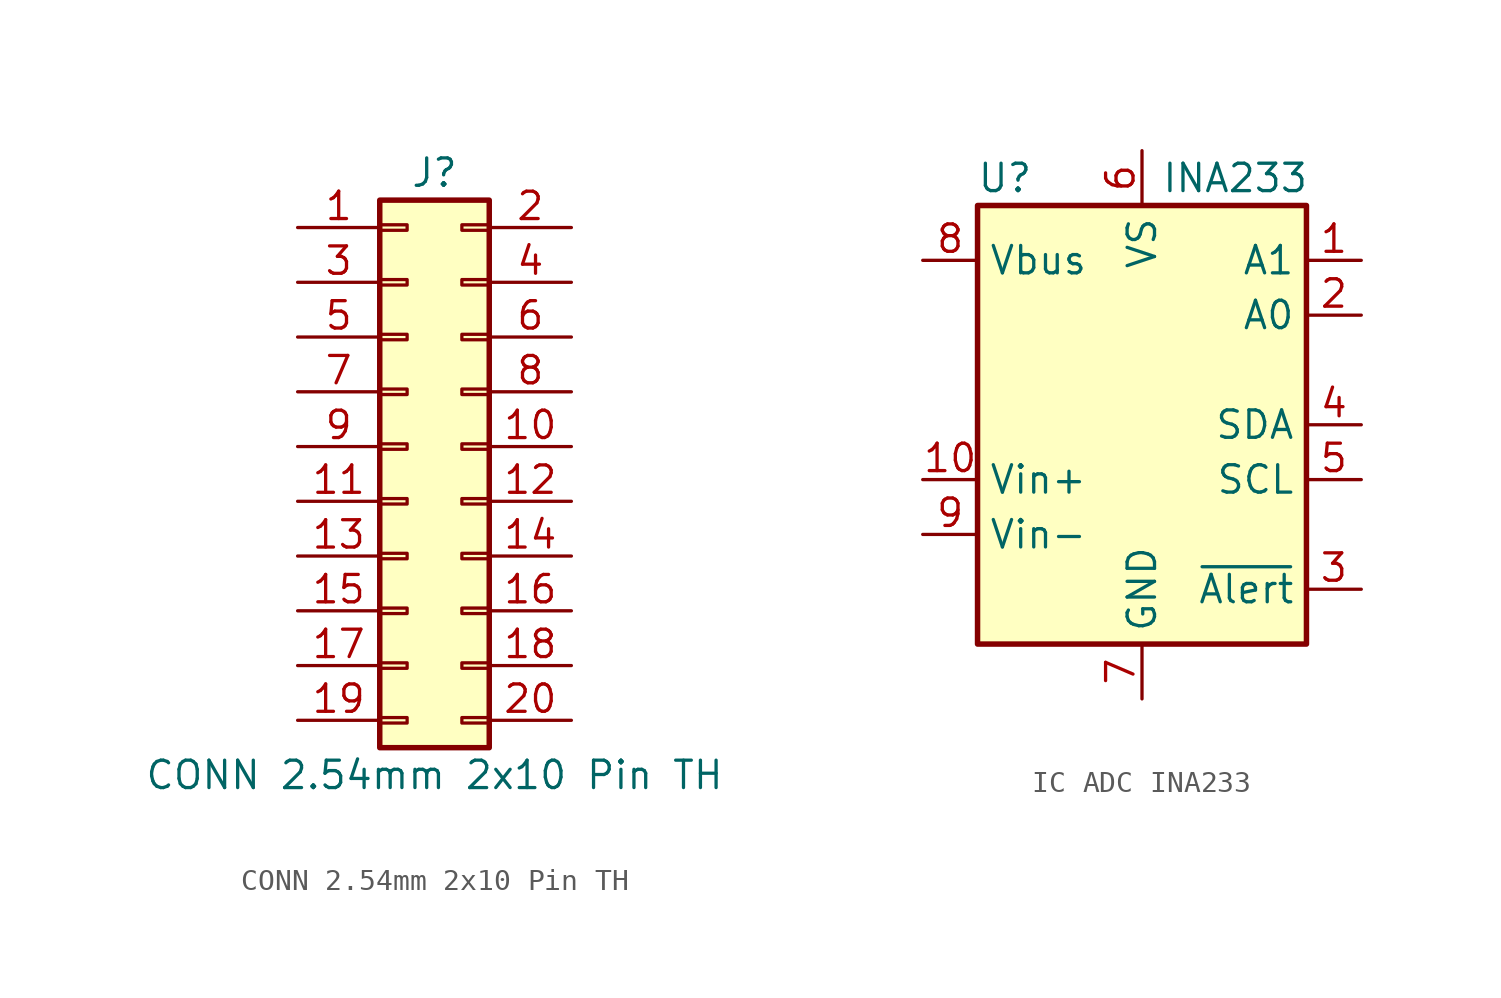
<source format=kicad_sym>
(kicad_symbol_lib
  (version 20241209)
  (generator "kicad_symbol_editor")
  (generator_version "9.0")
  (symbol "CONN 2.54mm 2x10 Pin TH"
    (pin_names
      (offset 1.016)
      (hide yes))
    (property "Reference" "J"
      (at 1.27 12.7 0)
      (effects (font (size 1.27 1.27))))
    (property "Value" "CONN 2.54mm 2x10 Pin TH"
      (at 1.27 -15.24 0)
      (effects (font (size 1.27 1.27))))
    (symbol "CONN 2.54mm 2x10 Pin TH_1_1"
      (rectangle (start -1.27 11.43) (end 3.81 -13.97) (stroke (width 0.254) (type default)) (fill (type background)))
      (rectangle (start -1.27 10.287) (end 0 10.033) (stroke (width 0.152) (type default)) (fill (type none)))
      (rectangle (start -1.27 7.747) (end 0 7.493) (stroke (width 0.152) (type default)) (fill (type none)))
      (rectangle (start -1.27 5.207) (end 0 4.953) (stroke (width 0.152) (type default)) (fill (type none)))
      (rectangle (start -1.27 2.667) (end 0 2.413) (stroke (width 0.152) (type default)) (fill (type none)))
      (rectangle (start -1.27 0.127) (end 0 -0.127) (stroke (width 0.152) (type default)) (fill (type none)))
      (rectangle (start -1.27 -2.413) (end 0 -2.667) (stroke (width 0.152) (type default)) (fill (type none)))
      (rectangle (start -1.27 -4.953) (end 0 -5.207) (stroke (width 0.152) (type default)) (fill (type none)))
      (rectangle (start -1.27 -7.493) (end 0 -7.747) (stroke (width 0.152) (type default)) (fill (type none)))
      (rectangle (start -1.27 -10.033) (end 0 -10.287) (stroke (width 0.152) (type default)) (fill (type none)))
      (rectangle (start -1.27 -12.573) (end 0 -12.827) (stroke (width 0.152) (type default)) (fill (type none)))
      (rectangle (start 3.81 10.287) (end 2.54 10.033) (stroke (width 0.152) (type default)) (fill (type none)))
      (rectangle (start 3.81 7.747) (end 2.54 7.493) (stroke (width 0.152) (type default)) (fill (type none)))
      (rectangle (start 3.81 5.207) (end 2.54 4.953) (stroke (width 0.152) (type default)) (fill (type none)))
      (rectangle (start 3.81 2.667) (end 2.54 2.413) (stroke (width 0.152) (type default)) (fill (type none)))
      (rectangle (start 3.81 0.127) (end 2.54 -0.127) (stroke (width 0.152) (type default)) (fill (type none)))
      (rectangle (start 3.81 -2.413) (end 2.54 -2.667) (stroke (width 0.152) (type default)) (fill (type none)))
      (rectangle (start 3.81 -4.953) (end 2.54 -5.207) (stroke (width 0.152) (type default)) (fill (type none)))
      (rectangle (start 3.81 -7.493) (end 2.54 -7.747) (stroke (width 0.152) (type default)) (fill (type none)))
      (rectangle (start 3.81 -10.033) (end 2.54 -10.287) (stroke (width 0.152) (type default)) (fill (type none)))
      (rectangle (start 3.81 -12.573) (end 2.54 -12.827) (stroke (width 0.152) (type default)) (fill (type none)))
      (pin passive line (at -5.08 10.16 0) (length 3.81) (name "Pin_1" (effects (font (size 1.27 1.27)))) (number "1" (effects (font (size 1.27 1.27)))))
      (pin passive line (at -5.08 7.62 0) (length 3.81) (name "Pin_3" (effects (font (size 1.27 1.27)))) (number "3" (effects (font (size 1.27 1.27)))))
      (pin passive line (at -5.08 5.08 0) (length 3.81) (name "Pin_5" (effects (font (size 1.27 1.27)))) (number "5" (effects (font (size 1.27 1.27)))))
      (pin passive line (at -5.08 2.54 0) (length 3.81) (name "Pin_7" (effects (font (size 1.27 1.27)))) (number "7" (effects (font (size 1.27 1.27)))))
      (pin passive line (at -5.08 0 0) (length 3.81) (name "Pin_9" (effects (font (size 1.27 1.27)))) (number "9" (effects (font (size 1.27 1.27)))))
      (pin passive line (at -5.08 -2.54 0) (length 3.81) (name "Pin_11" (effects (font (size 1.27 1.27)))) (number "11" (effects (font (size 1.27 1.27)))))
      (pin passive line (at -5.08 -5.08 0) (length 3.81) (name "Pin_13" (effects (font (size 1.27 1.27)))) (number "13" (effects (font (size 1.27 1.27)))))
      (pin passive line (at -5.08 -7.62 0) (length 3.81) (name "Pin_15" (effects (font (size 1.27 1.27)))) (number "15" (effects (font (size 1.27 1.27)))))
      (pin passive line (at -5.08 -10.16 0) (length 3.81) (name "Pin_17" (effects (font (size 1.27 1.27)))) (number "17" (effects (font (size 1.27 1.27)))))
      (pin passive line (at -5.08 -12.7 0) (length 3.81) (name "Pin_19" (effects (font (size 1.27 1.27)))) (number "19" (effects (font (size 1.27 1.27)))))
      (pin passive line (at 7.62 10.16 180) (length 3.81) (name "Pin_2" (effects (font (size 1.27 1.27)))) (number "2" (effects (font (size 1.27 1.27)))))
      (pin passive line (at 7.62 7.62 180) (length 3.81) (name "Pin_4" (effects (font (size 1.27 1.27)))) (number "4" (effects (font (size 1.27 1.27)))))
      (pin passive line (at 7.62 5.08 180) (length 3.81) (name "Pin_6" (effects (font (size 1.27 1.27)))) (number "6" (effects (font (size 1.27 1.27)))))
      (pin passive line (at 7.62 2.54 180) (length 3.81) (name "Pin_8" (effects (font (size 1.27 1.27)))) (number "8" (effects (font (size 1.27 1.27)))))
      (pin passive line (at 7.62 0 180) (length 3.81) (name "Pin_10" (effects (font (size 1.27 1.27)))) (number "10" (effects (font (size 1.27 1.27)))))
      (pin passive line (at 7.62 -2.54 180) (length 3.81) (name "Pin_12" (effects (font (size 1.27 1.27)))) (number "12" (effects (font (size 1.27 1.27)))))
      (pin passive line (at 7.62 -5.08 180) (length 3.81) (name "Pin_14" (effects (font (size 1.27 1.27)))) (number "14" (effects (font (size 1.27 1.27)))))
      (pin passive line (at 7.62 -7.62 180) (length 3.81) (name "Pin_16" (effects (font (size 1.27 1.27)))) (number "16" (effects (font (size 1.27 1.27)))))
      (pin passive line (at 7.62 -10.16 180) (length 3.81) (name "Pin_18" (effects (font (size 1.27 1.27)))) (number "18" (effects (font (size 1.27 1.27)))))
      (pin passive line (at 7.62 -12.7 180) (length 3.81) (name "Pin_20" (effects (font (size 1.27 1.27)))) (number "20" (effects (font (size 1.27 1.27)))))))
  (symbol "IC ADC INA233"
    (property "Reference" "U"
      (at -6.35 11.43 0)
      (effects (font (size 1.27 1.27))))
    (property "Value" "INA233"
      (at 4.318 11.43 0)
      (effects (font (size 1.27 1.27))))
    (symbol "IC ADC INA233_0_1"
      (rectangle (start 7.62 10.16) (end -7.62 -10.16) (stroke (width 0.254) (type default)) (fill (type background))))
    (symbol "IC ADC INA233_1_1"
      (pin input line (at -10.16 7.62 0) (length 2.54) (name "Vbus" (effects (font (size 1.27 1.27)))) (number "8" (effects (font (size 1.27 1.27)))))
      (pin input line (at -10.16 -2.54 0) (length 2.54) (name "Vin+" (effects (font (size 1.27 1.27)))) (number "10" (effects (font (size 1.27 1.27)))))
      (pin input line (at -10.16 -5.08 0) (length 2.54) (name "Vin-" (effects (font (size 1.27 1.27)))) (number "9" (effects (font (size 1.27 1.27)))))
      (pin power_in line (at 0 12.7 270) (length 2.54) (name "VS" (effects (font (size 1.27 1.27)))) (number "6" (effects (font (size 1.27 1.27)))))
      (pin power_in line (at 0 -12.7 90) (length 2.54) (name "GND" (effects (font (size 1.27 1.27)))) (number "7" (effects (font (size 1.27 1.27)))))
      (pin input line (at 10.16 7.62 180) (length 2.54) (name "A1" (effects (font (size 1.27 1.27)))) (number "1" (effects (font (size 1.27 1.27)))))
      (pin input line (at 10.16 5.08 180) (length 2.54) (name "A0" (effects (font (size 1.27 1.27)))) (number "2" (effects (font (size 1.27 1.27)))))
      (pin bidirectional line (at 10.16 0 180) (length 2.54) (name "SDA" (effects (font (size 1.27 1.27)))) (number "4" (effects (font (size 1.27 1.27)))))
      (pin input line (at 10.16 -2.54 180) (length 2.54) (name "SCL" (effects (font (size 1.27 1.27)))) (number "5" (effects (font (size 1.27 1.27)))))
      (pin open_collector line (at 10.16 -7.62 180) (length 2.54) (name "~{Alert}" (effects (font (size 1.27 1.27)))) (number "3" (effects (font (size 1.27 1.27))))))))
</source>
